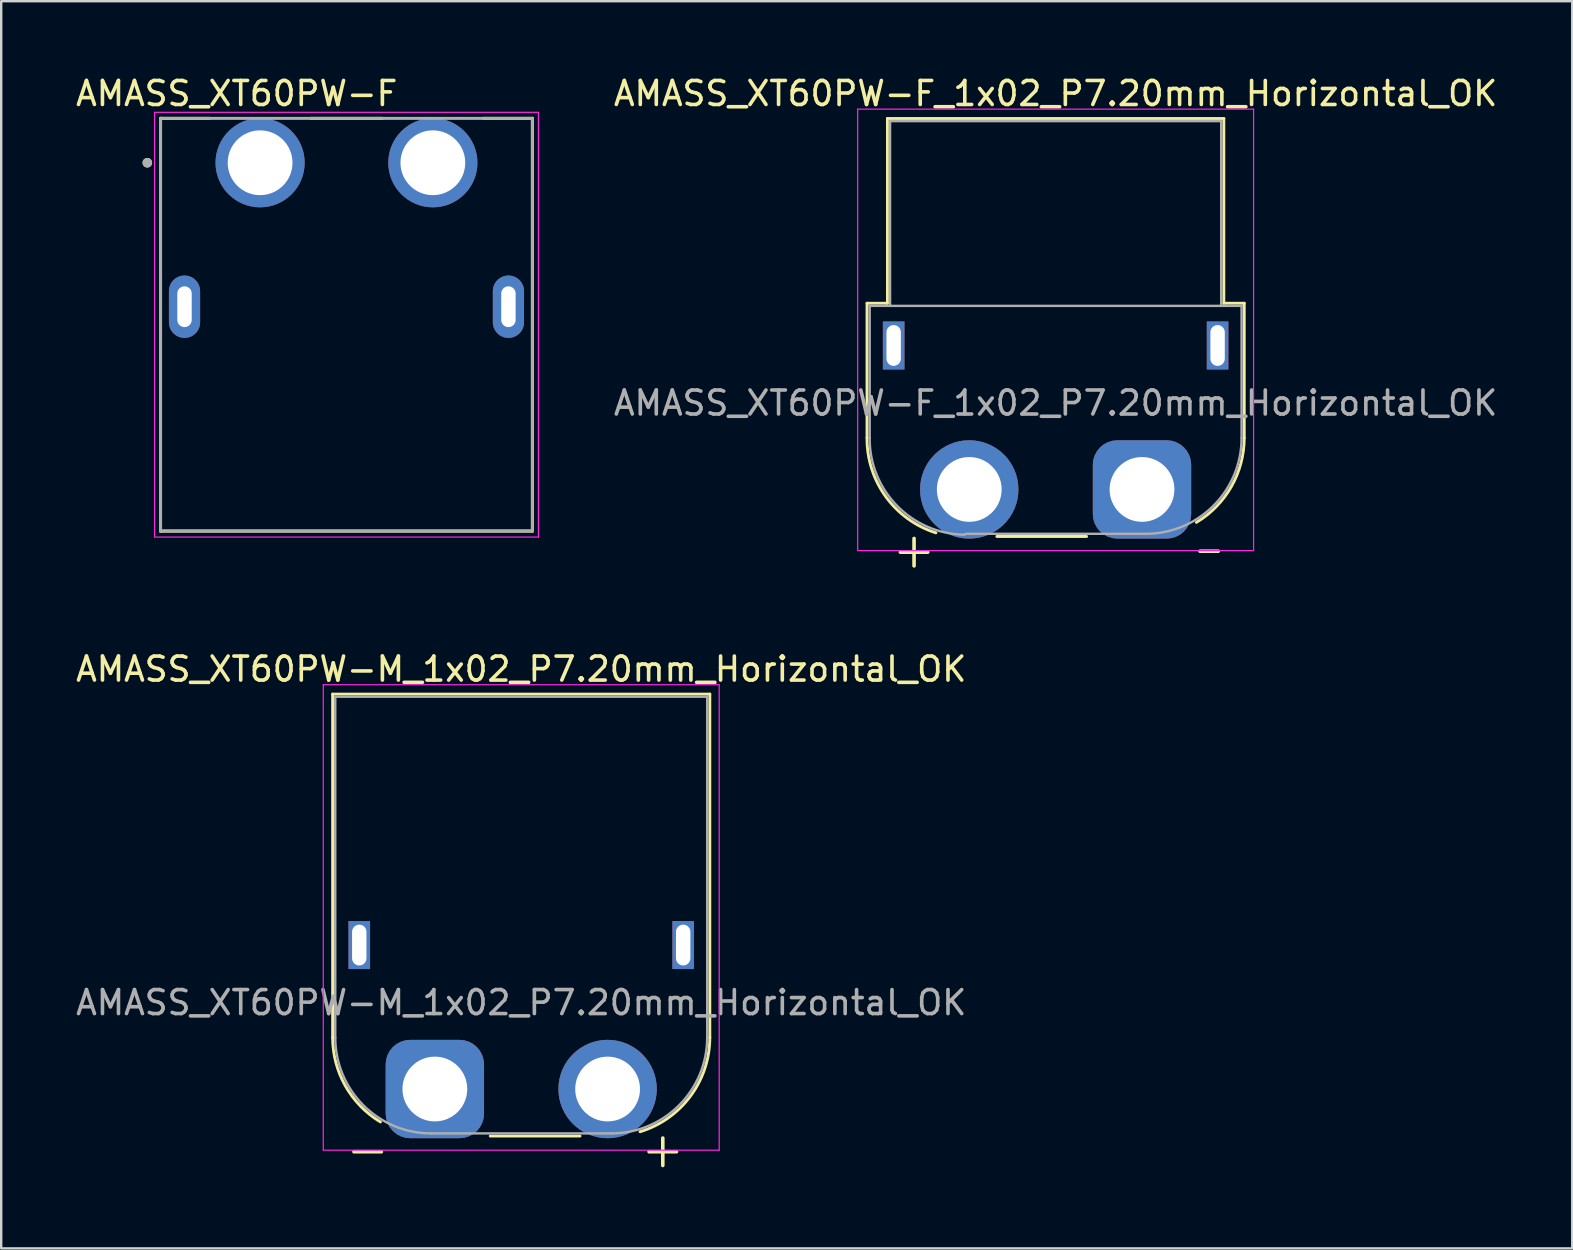
<source format=kicad_pcb>
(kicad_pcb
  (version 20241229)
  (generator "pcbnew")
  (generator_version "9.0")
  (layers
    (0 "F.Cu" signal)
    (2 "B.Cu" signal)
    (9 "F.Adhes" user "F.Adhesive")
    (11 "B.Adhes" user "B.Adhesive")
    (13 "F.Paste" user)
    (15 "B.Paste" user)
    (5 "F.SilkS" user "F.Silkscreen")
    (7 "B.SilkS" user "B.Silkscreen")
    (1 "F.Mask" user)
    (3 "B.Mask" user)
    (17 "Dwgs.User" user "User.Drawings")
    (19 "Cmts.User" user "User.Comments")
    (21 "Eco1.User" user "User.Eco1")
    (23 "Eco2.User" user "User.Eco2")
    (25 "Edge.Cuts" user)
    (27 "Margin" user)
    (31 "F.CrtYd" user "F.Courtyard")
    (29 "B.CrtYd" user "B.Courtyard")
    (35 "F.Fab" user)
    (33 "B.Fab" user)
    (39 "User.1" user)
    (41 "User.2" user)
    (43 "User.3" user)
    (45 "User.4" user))
  (footprint "AMASS_XT60PW-M_1x02_P7.20mm_Horizontal_OK"
    (layer "F.Cu")
    (at 15.073 42.337)
    (property "Reference" "AMASS_XT60PW-M_1x02_P7.20mm_Horizontal_OK" (at 3.6 -17.5 0) (layer "F.SilkS") (effects (font (size 1 1) (thickness 0.15))))
    (attr through_hole)
    (fp_line (start -4.26 -16.46) (end -4.26 -2.15) (stroke (width 0.12) (type solid)) (layer "F.SilkS"))
    (fp_line (start -4.26 -16.46) (end 11.46 -16.46) (stroke (width 0.12) (type solid)) (layer "F.SilkS"))
    (fp_line (start 2.31 1.96) (end 6.05 1.96) (stroke (width 0.12) (type solid)) (layer "F.SilkS"))
    (fp_line (start 11.46 -16.46) (end 11.46 -2.15) (stroke (width 0.12) (type solid)) (layer "F.SilkS"))
    (fp_arc (start -2.266806 1.372958) (mid -3.727162 -0.126139) (end -4.26 -2.15) (stroke (width 0.12) (type solid)) (layer "F.SilkS"))
    (fp_arc (start 11.46 -2.15) (mid 10.653852 0.294722) (end 8.551648 1.780413) (stroke (width 0.12) (type solid)) (layer "F.SilkS"))
    (fp_line (start -4.65 -16.85) (end -4.65 2.55) (stroke (width 0.05) (type solid)) (layer "F.CrtYd"))
    (fp_line (start -4.65 -16.85) (end 11.85 -16.85) (stroke (width 0.05) (type solid)) (layer "F.CrtYd"))
    (fp_line (start 11.85 -16.85) (end 11.85 2.55) (stroke (width 0.05) (type solid)) (layer "F.CrtYd"))
    (fp_line (start 11.85 2.55) (end -4.65 2.55) (stroke (width 0.05) (type solid)) (layer "F.CrtYd"))
    (fp_line (start -4.15 -16.35) (end -4.15 -2.15) (stroke (width 0.1) (type solid)) (layer "F.Fab"))
    (fp_line (start -4.15 -16.35) (end 11.35 -16.35) (stroke (width 0.1) (type solid)) (layer "F.Fab"))
    (fp_line (start -0.15 1.85) (end 7.35 1.85) (stroke (width 0.1) (type solid)) (layer "F.Fab"))
    (fp_line (start 11.35 -16.35) (end 11.35 -2.15) (stroke (width 0.1) (type solid)) (layer "F.Fab"))
    (fp_arc (start -0.15 1.85) (mid -2.978427 0.678427) (end -4.15 -2.15) (stroke (width 0.1) (type solid)) (layer "F.Fab"))
    (fp_arc (start 11.35 -2.15) (mid 10.178427 0.678427) (end 7.35 1.85) (stroke (width 0.1) (type solid)) (layer "F.Fab"))
    (fp_text user "-" (at -2.8 2.5 0) (layer "F.SilkS") (effects (font (size 1.5 1.5) (thickness 0.15))))
    (fp_text user "+" (at 9.5 2.5 0) (layer "F.SilkS") (effects (font (size 1.5 1.5) (thickness 0.15))))
    (fp_text user "${REFERENCE}" (at 3.6 -3.6 0) (layer "F.Fab") (effects (font (size 1 1) (thickness 0.15))))
    (pad "" thru_hole rect (at -3.15 -6) (size 0.9 2) (drill oval 0.6 1.7) (layers "*.Cu" "*.Mask"))
    (pad "" thru_hole rect (at 10.35 -6) (size 0.9 2) (drill oval 0.6 1.7) (layers "*.Cu" "*.Mask"))
    (pad "1" thru_hole roundrect (at 0 0) (size 4.1 4.1) (drill 2.7) (layers "*.Cu" "*.Mask") (roundrect_rratio 0.25))
    (pad "2" thru_hole circle (at 7.2 0) (size 4.1 4.1) (drill 2.7) (layers "*.Cu" "*.Mask")))
  (footprint "AMASS_XT60PW-F"
    (layer "F.Cu")
    (at 11.39 3.733)
    (property "Reference" "AMASS_XT60PW-F" (at -4.575 -2.885 0) (layer "F.SilkS") (effects (font (size 1 1) (thickness 0.15))))
    (attr through_hole)
    (fp_line (start -7.75 -1.85) (end -5.71 -1.85) (stroke (width 0.127) (type solid)) (layer "F.SilkS"))
    (fp_line (start -7.75 15.35) (end -7.75 -1.85) (stroke (width 0.127) (type solid)) (layer "F.SilkS"))
    (fp_line (start -1.49 -1.85) (end 1.49 -1.85) (stroke (width 0.127) (type solid)) (layer "F.SilkS"))
    (fp_line (start 5.71 -1.85) (end 7.75 -1.85) (stroke (width 0.127) (type solid)) (layer "F.SilkS"))
    (fp_line (start 7.75 -1.85) (end 7.75 15.35) (stroke (width 0.127) (type solid)) (layer "F.SilkS"))
    (fp_line (start 7.75 15.35) (end -7.75 15.35) (stroke (width 0.127) (type solid)) (layer "F.SilkS"))
    (fp_circle (center -8.3 0) (end -8.2 0) (stroke (width 0.2) (type solid)) (fill no) (layer "F.SilkS"))
    (fp_line (start -8 -2.1) (end 8 -2.1) (stroke (width 0.05) (type solid)) (layer "F.CrtYd"))
    (fp_line (start -8 15.6) (end -8 -2.1) (stroke (width 0.05) (type solid)) (layer "F.CrtYd"))
    (fp_line (start 8 -2.1) (end 8 15.6) (stroke (width 0.05) (type solid)) (layer "F.CrtYd"))
    (fp_line (start 8 15.6) (end -8 15.6) (stroke (width 0.05) (type solid)) (layer "F.CrtYd"))
    (fp_line (start -7.75 -1.85) (end 7.75 -1.85) (stroke (width 0.127) (type solid)) (layer "F.Fab"))
    (fp_line (start -7.75 15.35) (end -7.75 -1.85) (stroke (width 0.127) (type solid)) (layer "F.Fab"))
    (fp_line (start 7.75 -1.85) (end 7.75 15.35) (stroke (width 0.127) (type solid)) (layer "F.Fab"))
    (fp_line (start 7.75 15.35) (end -7.75 15.35) (stroke (width 0.127) (type solid)) (layer "F.Fab"))
    (fp_circle (center -8.3 0) (end -8.2 0) (stroke (width 0.2) (type solid)) (fill no) (layer "F.Fab"))
    (pad "1" thru_hole circle (at -3.6 0) (size 3.716 3.716) (drill 2.7) (layers "*.Cu" "*.Mask"))
    (pad "2" thru_hole circle (at 3.6 0) (size 3.716 3.716) (drill 2.7) (layers "*.Cu" "*.Mask"))
    (pad "S1" thru_hole oval (at -6.75 6) (size 1.3 2.6) (drill oval 0.6 1.7) (layers "*.Cu" "*.Mask"))
    (pad "S2" thru_hole oval (at 6.75 6) (size 1.3 2.6) (drill oval 0.6 1.7) (layers "*.Cu" "*.Mask")))
  (footprint "AMASS_XT60PW-F_1x02_P7.20mm_Horizontal_OK"
    (layer "F.Cu")
    (at 44.545 17.348)
    (property "Reference" "AMASS_XT60PW-F_1x02_P7.20mm_Horizontal_OK" (at -3.6 -16.5 0) (layer "F.SilkS") (effects (font (size 1 1) (thickness 0.15))))
    (attr through_hole)
    (fp_line (start -11.46 -7.76) (end -11.46 -2.15) (stroke (width 0.12) (type solid)) (layer "F.SilkS"))
    (fp_line (start -11.46 -7.76) (end -10.61 -7.76) (stroke (width 0.12) (type solid)) (layer "F.SilkS"))
    (fp_line (start -10.61 -15.46) (end -10.61 -7.76) (stroke (width 0.12) (type solid)) (layer "F.SilkS"))
    (fp_line (start -10.61 -15.46) (end 3.41 -15.46) (stroke (width 0.12) (type solid)) (layer "F.SilkS"))
    (fp_line (start -6.05 1.96) (end -2.31 1.96) (stroke (width 0.12) (type solid)) (layer "F.SilkS"))
    (fp_line (start 3.41 -15.46) (end 3.41 -7.76) (stroke (width 0.12) (type solid)) (layer "F.SilkS"))
    (fp_line (start 3.41 -7.76) (end 4.26 -7.76) (stroke (width 0.12) (type solid)) (layer "F.SilkS"))
    (fp_line (start 4.26 -7.76) (end 4.26 -2.15) (stroke (width 0.12) (type solid)) (layer "F.SilkS"))
    (fp_arc (start -8.5899 1.808718) (mid -10.677645 0.302568) (end -11.46 -2.15) (stroke (width 0.12) (type solid)) (layer "F.SilkS"))
    (fp_arc (start 4.26 -2.15) (mid 3.727162 -0.126139) (end 2.266806 1.372958) (stroke (width 0.12) (type solid)) (layer "F.SilkS"))
    (fp_line (start -11.85 -15.85) (end -11.85 2.55) (stroke (width 0.05) (type solid)) (layer "F.CrtYd"))
    (fp_line (start -11.85 -15.85) (end 4.65 -15.85) (stroke (width 0.05) (type solid)) (layer "F.CrtYd"))
    (fp_line (start 4.65 2.55) (end -11.85 2.55) (stroke (width 0.05) (type solid)) (layer "F.CrtYd"))
    (fp_line (start 4.65 2.55) (end 4.65 -15.85) (stroke (width 0.05) (type solid)) (layer "F.CrtYd"))
    (fp_line (start -11.35 -7.65) (end -11.35 -2.15) (stroke (width 0.1) (type solid)) (layer "F.Fab"))
    (fp_line (start -11.35 -7.65) (end 4.15 -7.65) (stroke (width 0.1) (type solid)) (layer "F.Fab"))
    (fp_line (start -10.5 -15.35) (end 3.3 -15.35) (stroke (width 0.1) (type solid)) (layer "F.Fab"))
    (fp_line (start -10.5 -7.65) (end -10.5 -15.35) (stroke (width 0.1) (type solid)) (layer "F.Fab"))
    (fp_line (start -7.35 1.85) (end 0.15 1.85) (stroke (width 0.1) (type solid)) (layer "F.Fab"))
    (fp_line (start 3.3 -7.65) (end 3.3 -15.35) (stroke (width 0.1) (type solid)) (layer "F.Fab"))
    (fp_line (start 4.15 -7.65) (end 4.15 -2.15) (stroke (width 0.1) (type solid)) (layer "F.Fab"))
    (fp_arc (start -7.385 1.885) (mid -10.203176 0.688678) (end -11.35 -2.15) (stroke (width 0.1) (type solid)) (layer "F.Fab"))
    (fp_arc (start 4.15 -2.15) (mid 2.978427 0.678427) (end 0.15 1.85) (stroke (width 0.1) (type solid)) (layer "F.Fab"))
    (fp_text user "+" (at -9.5 2.5 0) (layer "F.SilkS") (effects (font (size 1.5 1.5) (thickness 0.15))))
    (fp_text user "-" (at 2.8 2.5 0) (layer "F.SilkS") (effects (font (size 1 1) (thickness 0.15))))
    (fp_text user "${REFERENCE}" (at -3.6 -3.6 0) (layer "F.Fab") (effects (font (size 1 1) (thickness 0.15))))
    (pad "" thru_hole rect (at -10.35 -6) (size 0.9 2) (drill oval 0.6 1.7) (layers "*.Cu" "*.Mask"))
    (pad "" thru_hole rect (at 3.15 -6) (size 0.9 2) (drill oval 0.6 1.7) (layers "*.Cu" "*.Mask"))
    (pad "1" thru_hole roundrect (at 0 0) (size 4.1 4.1) (drill 2.7) (layers "*.Cu" "*.Mask") (roundrect_rratio 0.25))
    (pad "2" thru_hole circle (at -7.2 0) (size 4.1 4.1) (drill 2.7) (layers "*.Cu" "*.Mask")))
  (gr_rect
    (start -3 -3)
    (end 62.475 48.978)
    (stroke (width 0.1) (type default))
    (fill no)
    (layer "Edge.Cuts")))
</source>
